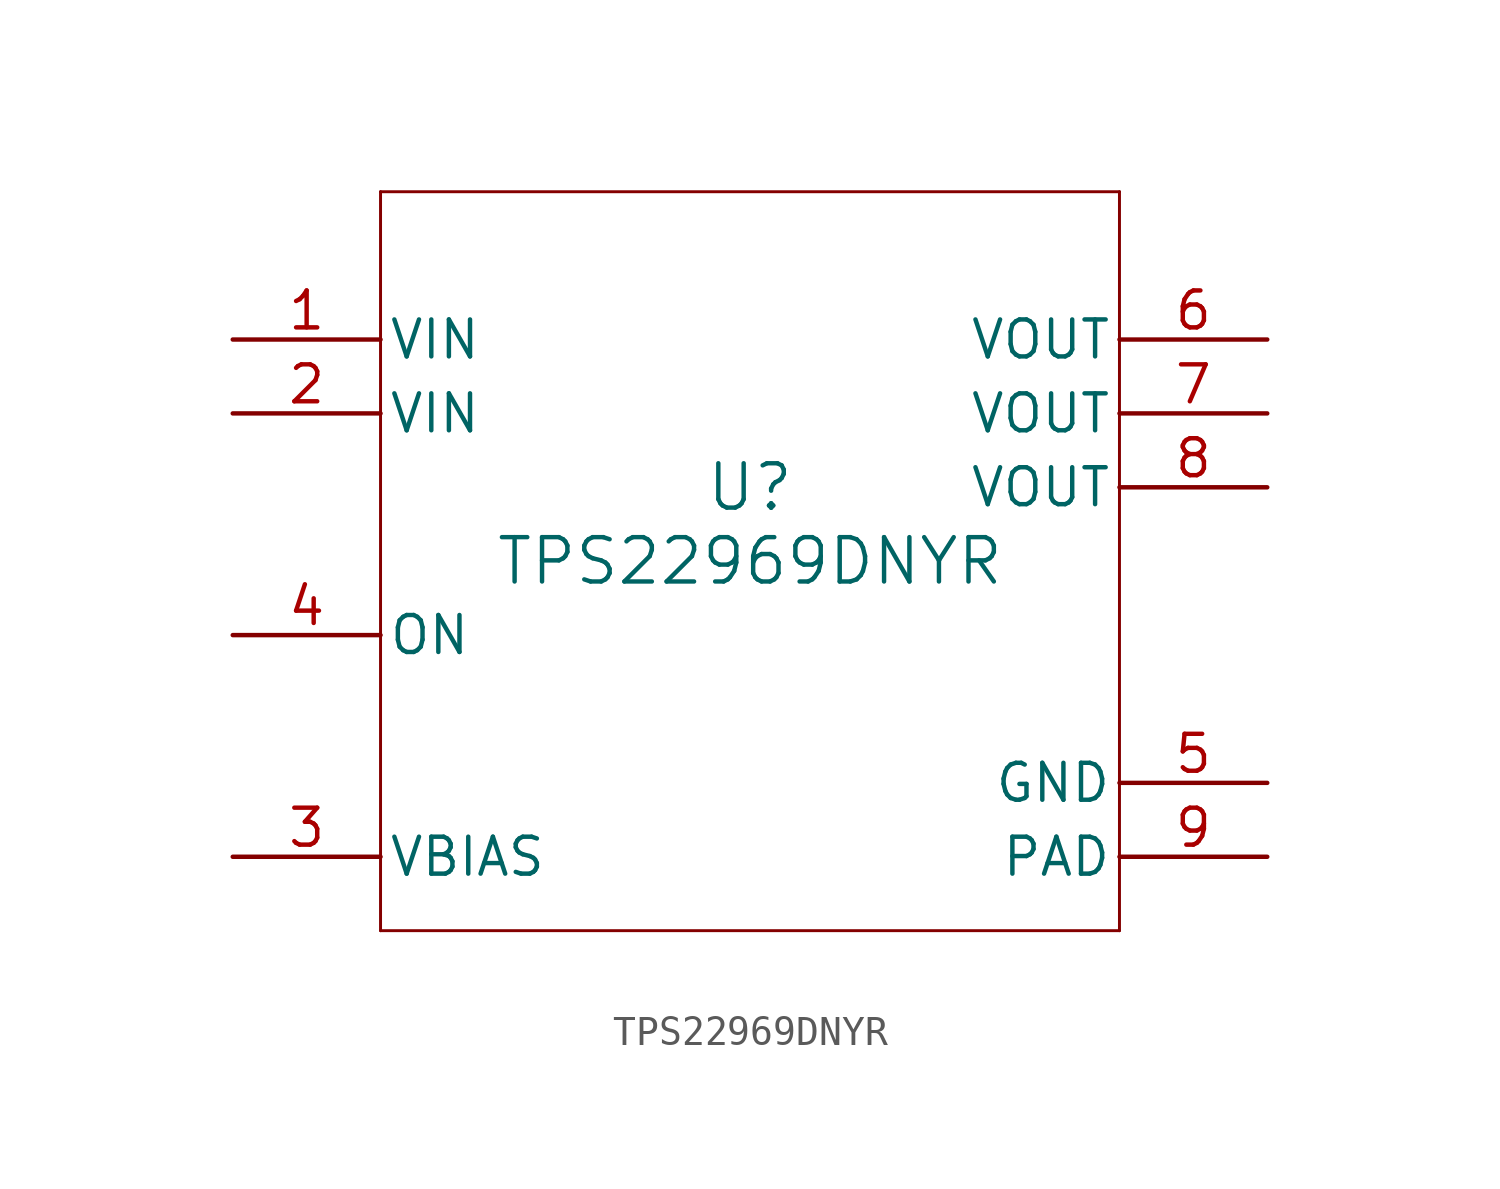
<source format=kicad_sym>
(kicad_symbol_lib
  (version 20211014)
  (generator kicad_symbol_editor)
  (symbol "TPS22969DNYR"
    (pin_names
      (offset 0.254))
    (property "Reference" "U"
      (at 0 2.54 0)
      (effects (font (size 1.524 1.524))))
    (property "Value" "TPS22969DNYR"
      (at 0 0 0)
      (effects (font (size 1.524 1.524))))
    (symbol "TPS22969DNYR_0_1"
      (polyline (pts (xy -12.7 -12.7) (xy 12.7 -12.7)) (stroke (width 0.102) (type default) (color 0 0 0 0)) (fill (type none)))
      (polyline (pts (xy 12.7 -12.7) (xy 12.7 12.7)) (stroke (width 0.102) (type default) (color 0 0 0 0)) (fill (type none)))
      (polyline (pts (xy 12.7 12.7) (xy -12.7 12.7)) (stroke (width 0.102) (type default) (color 0 0 0 0)) (fill (type none)))
      (polyline (pts (xy -12.7 12.7) (xy -12.7 -12.7)) (stroke (width 0.102) (type default) (color 0 0 0 0)) (fill (type none)))
      (pin power_in line (at -17.78 7.62 0) (length 5.08) (name "VIN" (effects (font (size 1.27 1.27)))) (number "1" (effects (font (size 1.27 1.27)))))
      (pin power_in line (at -17.78 5.08 0) (length 5.08) (name "VIN" (effects (font (size 1.27 1.27)))) (number "2" (effects (font (size 1.27 1.27)))))
      (pin power_in line (at -17.78 -10.16 0) (length 5.08) (name "VBIAS" (effects (font (size 1.27 1.27)))) (number "3" (effects (font (size 1.27 1.27)))))
      (pin input line (at -17.78 -2.54 0) (length 5.08) (name "ON" (effects (font (size 1.27 1.27)))) (number "4" (effects (font (size 1.27 1.27)))))
      (pin power_in line (at 17.78 -7.62 180) (length 5.08) (name "GND" (effects (font (size 1.27 1.27)))) (number "5" (effects (font (size 1.27 1.27)))))
      (pin power_in line (at 17.78 7.62 180) (length 5.08) (name "VOUT" (effects (font (size 1.27 1.27)))) (number "6" (effects (font (size 1.27 1.27)))))
      (pin power_in line (at 17.78 5.08 180) (length 5.08) (name "VOUT" (effects (font (size 1.27 1.27)))) (number "7" (effects (font (size 1.27 1.27)))))
      (pin power_in line (at 17.78 2.54 180) (length 5.08) (name "VOUT" (effects (font (size 1.27 1.27)))) (number "8" (effects (font (size 1.27 1.27)))))
      (pin power_in line (at 17.78 -10.16 180) (length 5.08) (name "PAD" (effects (font (size 1.27 1.27)))) (number "9" (effects (font (size 1.27 1.27))))))))
</source>
